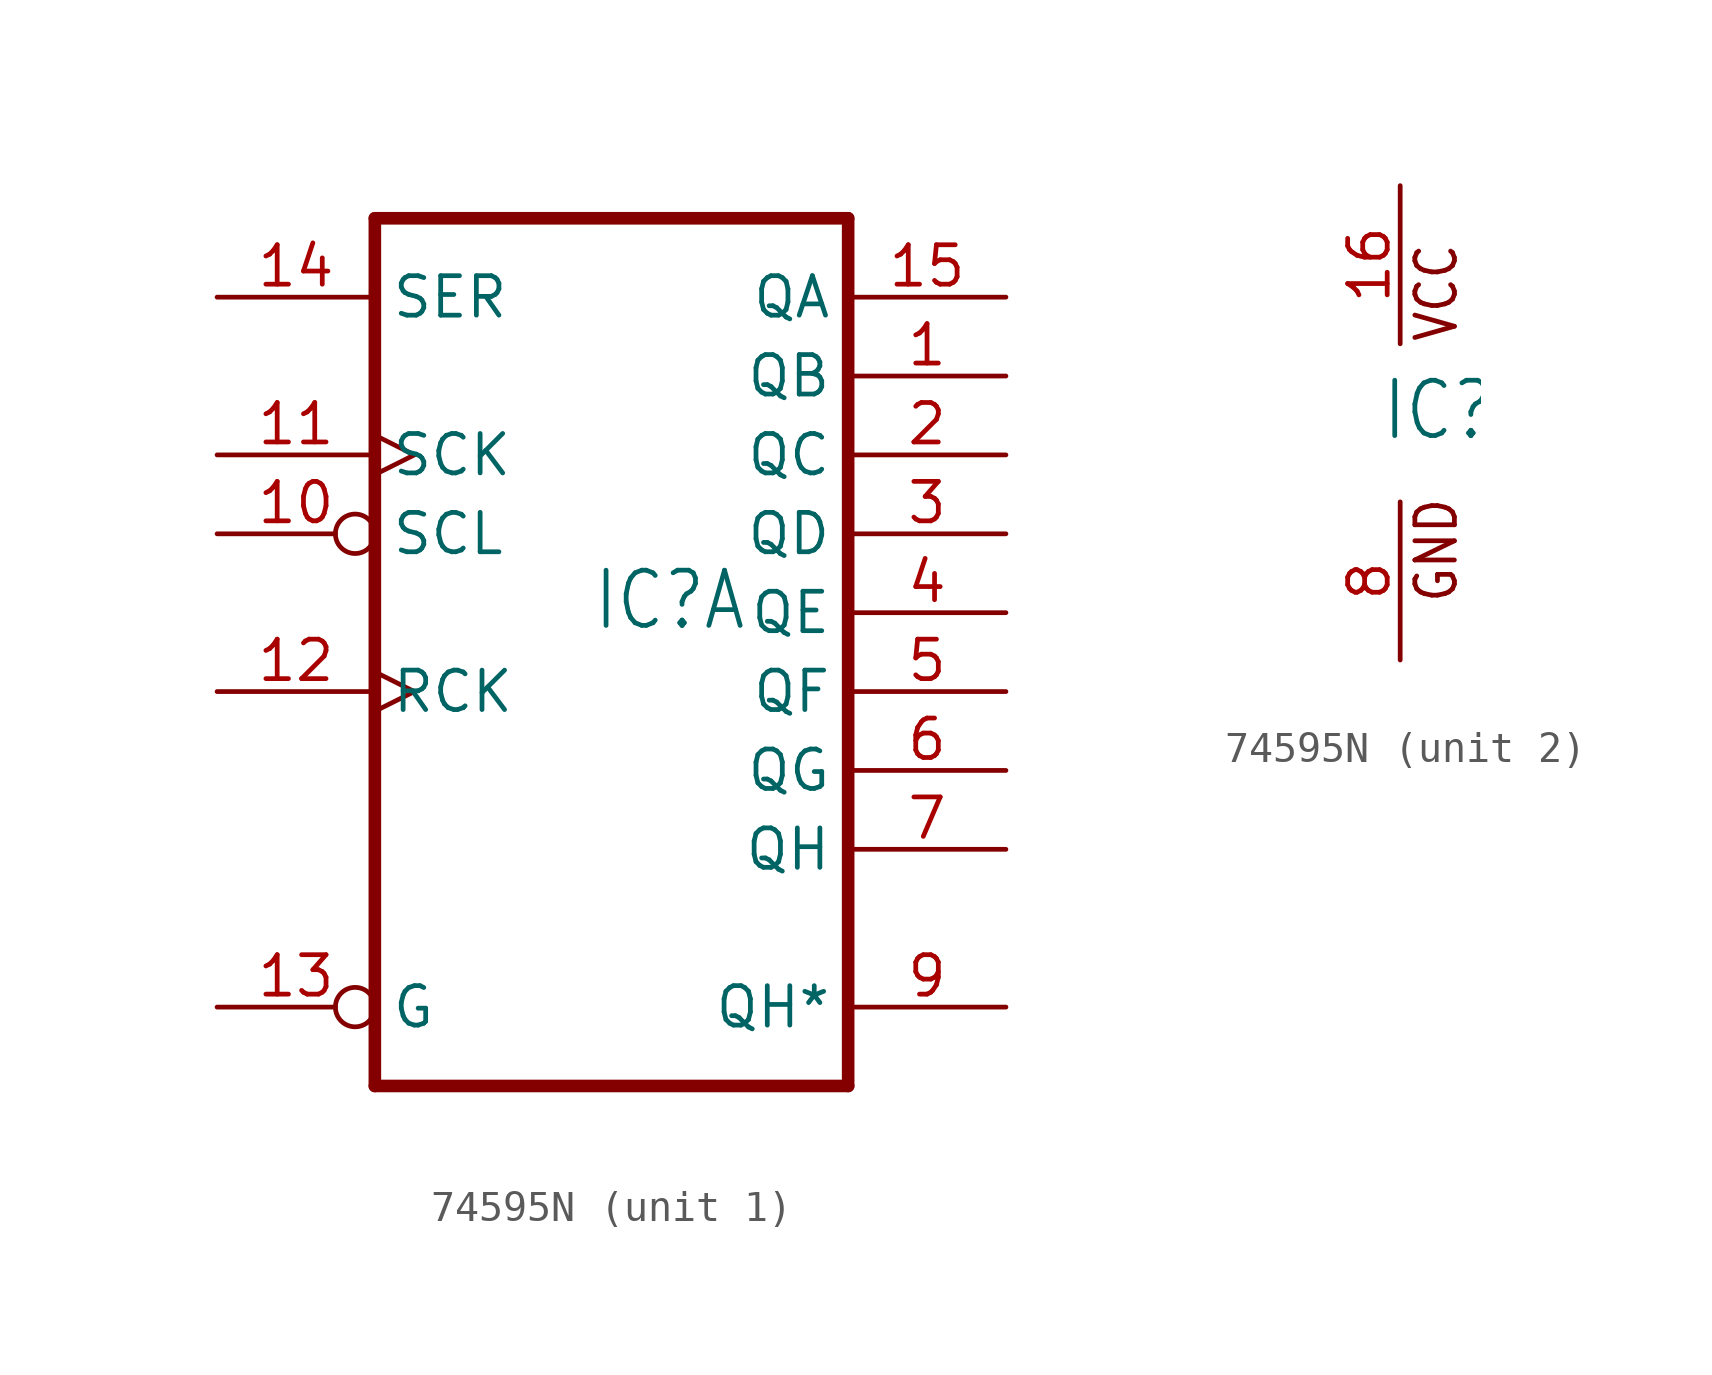
<source format=kicad_sym>
(kicad_symbol_lib
  (version 20211014)
  (generator kicad_symbol_editor)
  (symbol "74595N"
    (property "Reference" "IC"
      (at -0.635 -0.635 0)
      (effects (font (size 1.778 1.511)) (justify left bottom)))
    (property "ki_locked" ""
      (at 0 0 0)
      (effects (font (size 1.27 1.27))))
    (symbol "74595N_1_0"
      (polyline (pts (xy -7.62 -15.24) (xy 7.62 -15.24)) (stroke (width 0.406) (type default) (color 0 0 0 0)) (fill (type none)))
      (polyline (pts (xy -7.62 12.7) (xy -7.62 -15.24)) (stroke (width 0.406) (type default) (color 0 0 0 0)) (fill (type none)))
      (polyline (pts (xy 7.62 -15.24) (xy 7.62 12.7)) (stroke (width 0.406) (type default) (color 0 0 0 0)) (fill (type none)))
      (polyline (pts (xy 7.62 12.7) (xy -7.62 12.7)) (stroke (width 0.406) (type default) (color 0 0 0 0)) (fill (type none)))
      (pin tri_state line (at 12.7 7.62 180) (length 5.08) (name "QB" (effects (font (size 1.27 1.27)))) (number "1" (effects (font (size 1.27 1.27)))))
      (pin input inverted (at -12.7 2.54 0) (length 5.08) (name "SCL" (effects (font (size 1.27 1.27)))) (number "10" (effects (font (size 1.27 1.27)))))
      (pin input clock (at -12.7 5.08 0) (length 5.08) (name "SCK" (effects (font (size 1.27 1.27)))) (number "11" (effects (font (size 1.27 1.27)))))
      (pin input clock (at -12.7 -2.54 0) (length 5.08) (name "RCK" (effects (font (size 1.27 1.27)))) (number "12" (effects (font (size 1.27 1.27)))))
      (pin input inverted (at -12.7 -12.7 0) (length 5.08) (name "G" (effects (font (size 1.27 1.27)))) (number "13" (effects (font (size 1.27 1.27)))))
      (pin input line (at -12.7 10.16 0) (length 5.08) (name "SER" (effects (font (size 1.27 1.27)))) (number "14" (effects (font (size 1.27 1.27)))))
      (pin tri_state line (at 12.7 10.16 180) (length 5.08) (name "QA" (effects (font (size 1.27 1.27)))) (number "15" (effects (font (size 1.27 1.27)))))
      (pin tri_state line (at 12.7 5.08 180) (length 5.08) (name "QC" (effects (font (size 1.27 1.27)))) (number "2" (effects (font (size 1.27 1.27)))))
      (pin tri_state line (at 12.7 2.54 180) (length 5.08) (name "QD" (effects (font (size 1.27 1.27)))) (number "3" (effects (font (size 1.27 1.27)))))
      (pin tri_state line (at 12.7 0 180) (length 5.08) (name "QE" (effects (font (size 1.27 1.27)))) (number "4" (effects (font (size 1.27 1.27)))))
      (pin tri_state line (at 12.7 -2.54 180) (length 5.08) (name "QF" (effects (font (size 1.27 1.27)))) (number "5" (effects (font (size 1.27 1.27)))))
      (pin tri_state line (at 12.7 -5.08 180) (length 5.08) (name "QG" (effects (font (size 1.27 1.27)))) (number "6" (effects (font (size 1.27 1.27)))))
      (pin tri_state line (at 12.7 -7.62 180) (length 5.08) (name "QH" (effects (font (size 1.27 1.27)))) (number "7" (effects (font (size 1.27 1.27)))))
      (pin tri_state line (at 12.7 -12.7 180) (length 5.08) (name "QH*" (effects (font (size 1.27 1.27)))) (number "9" (effects (font (size 1.27 1.27))))))
    (symbol "74595N_2_0"
      (text "GND" (at 1.905 -5.842 900) (effects (font (size 1.27 1.079)) (justify left bottom)))
      (text "VCC" (at 1.905 2.54 900) (effects (font (size 1.27 1.079)) (justify left bottom)))
      (pin power_in line (at 0 7.62 270) (length 5.08) (name "VCC" (effects (font (size 0 0)))) (number "16" (effects (font (size 1.27 1.27)))))
      (pin power_in line (at 0 -7.62 90) (length 5.08) (name "GND" (effects (font (size 0 0)))) (number "8" (effects (font (size 1.27 1.27))))))))
</source>
